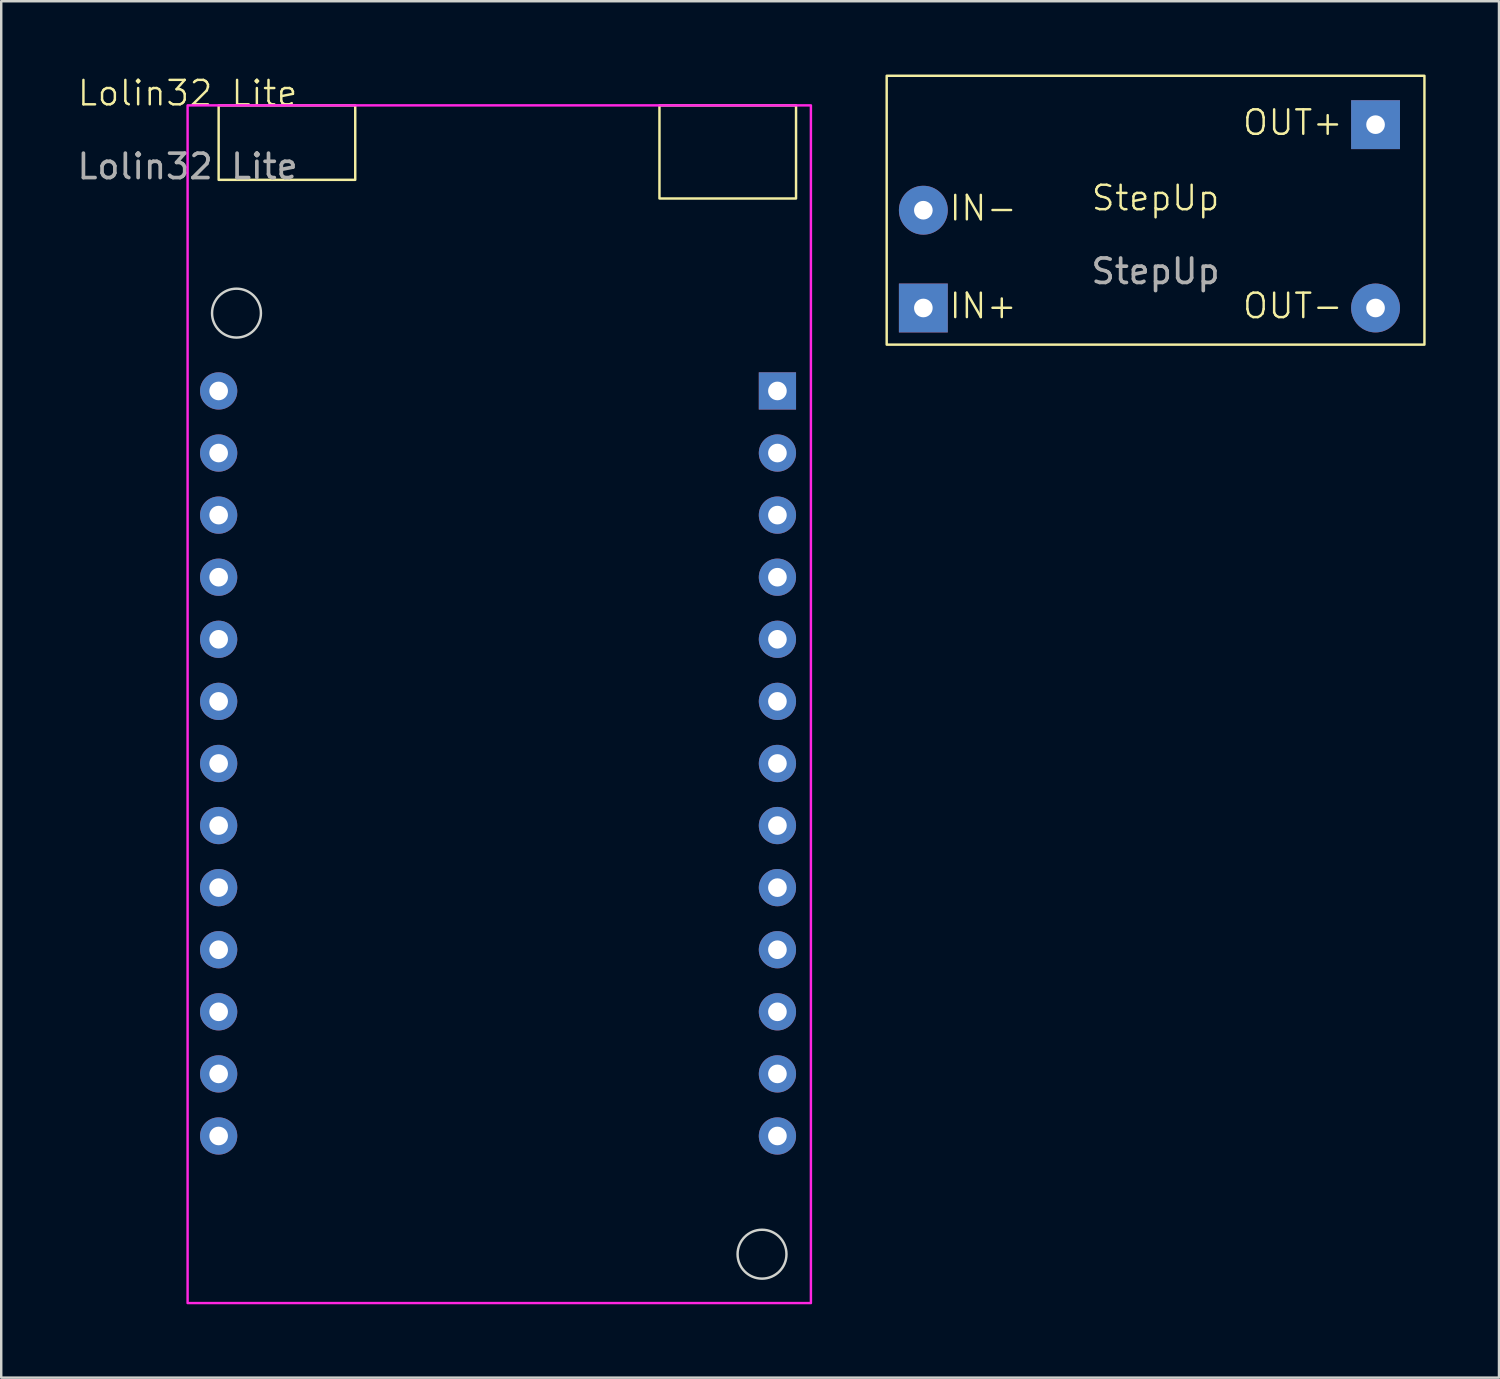
<source format=kicad_pcb>
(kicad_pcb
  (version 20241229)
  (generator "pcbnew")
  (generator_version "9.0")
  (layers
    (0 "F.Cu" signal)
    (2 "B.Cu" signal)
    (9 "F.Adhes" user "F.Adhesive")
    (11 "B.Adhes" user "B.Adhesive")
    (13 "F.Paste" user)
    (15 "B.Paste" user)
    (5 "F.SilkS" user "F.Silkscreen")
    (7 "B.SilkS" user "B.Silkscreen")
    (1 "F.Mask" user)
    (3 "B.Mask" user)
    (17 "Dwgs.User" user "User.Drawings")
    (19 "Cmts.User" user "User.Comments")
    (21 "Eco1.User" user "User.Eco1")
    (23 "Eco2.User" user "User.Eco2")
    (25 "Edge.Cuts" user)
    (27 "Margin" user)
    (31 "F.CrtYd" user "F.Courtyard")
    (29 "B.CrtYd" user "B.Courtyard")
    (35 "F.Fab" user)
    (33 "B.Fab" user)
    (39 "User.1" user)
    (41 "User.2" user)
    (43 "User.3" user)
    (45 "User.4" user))
  (footprint "Lolin32 Lite"
    (layer "F.Cu")
    (at 4.625 1.26)
    (property "Reference" "Lolin32 Lite" (at 0 -0.5 0) (unlocked yes) (layer "F.SilkS") (effects (font (size 1 1) (thickness 0.1))))
    (attr through_hole)
    (fp_rect (start 1.27 0) (end 6.858 3.048) (stroke (width 0.1) (type default)) (fill no) (layer "F.SilkS"))
    (fp_rect (start 19.304 0) (end 24.892 3.81) (stroke (width 0.1) (type default)) (fill no) (layer "F.SilkS"))
    (fp_circle (center 2 8.5) (end 3 8.5) (stroke (width 0.1) (type default)) (fill no) (layer "Edge.Cuts"))
    (fp_circle (center 23.5 47) (end 24.5 47) (stroke (width 0.1) (type default)) (fill no) (layer "Edge.Cuts"))
    (fp_rect (start 0 0) (end 25.5 49) (stroke (width 0.1) (type default)) (fill no) (layer "F.CrtYd"))
    (fp_text user "${REFERENCE}" (at 0 2.5 0) (unlocked yes) (layer "F.Fab") (effects (font (size 1 1) (thickness 0.15))))
    (pad "0" thru_hole circle (at 1.27 19.304) (size 1.524 1.524) (drill 0.762) (layers "*.Cu" "*.Mask"))
    (pad "2" thru_hole circle (at 1.27 16.764) (size 1.524 1.524) (drill 0.762) (layers "*.Cu" "*.Mask"))
    (pad "3V" thru_hole circle (at 1.27 42.164) (size 1.524 1.524) (drill 0.762) (layers "*.Cu" "*.Mask"))
    (pad "4" thru_hole circle (at 1.27 21.844) (size 1.524 1.524) (drill 0.762) (layers "*.Cu" "*.Mask"))
    (pad "5" thru_hole circle (at 1.27 29.464) (size 1.524 1.524) (drill 0.762) (layers "*.Cu" "*.Mask"))
    (pad "12" thru_hole circle (at 24.13 14.224) (size 1.524 1.524) (drill 0.762) (layers "*.Cu" "*.Mask"))
    (pad "13" thru_hole circle (at 1.27 11.684) (size 1.524 1.524) (drill 0.762) (layers "*.Cu" "*.Mask"))
    (pad "14" thru_hole circle (at 24.13 16.764) (size 1.524 1.524) (drill 0.762) (layers "*.Cu" "*.Mask"))
    (pad "15" thru_hole circle (at 1.27 14.224) (size 1.524 1.524) (drill 0.762) (layers "*.Cu" "*.Mask"))
    (pad "16" thru_hole circle (at 1.27 24.384) (size 1.524 1.524) (drill 0.762) (layers "*.Cu" "*.Mask"))
    (pad "17" thru_hole circle (at 1.27 26.924) (size 1.524 1.524) (drill 0.762) (layers "*.Cu" "*.Mask"))
    (pad "18" thru_hole circle (at 1.27 32.004) (size 1.524 1.524) (drill 0.762) (layers "*.Cu" "*.Mask"))
    (pad "19" thru_hole circle (at 1.27 37.084) (size 1.524 1.524) (drill 0.762) (layers "*.Cu" "*.Mask"))
    (pad "22" thru_hole circle (at 1.27 39.624) (size 1.524 1.524) (drill 0.762) (layers "*.Cu" "*.Mask"))
    (pad "23" thru_hole circle (at 1.27 34.544) (size 1.524 1.524) (drill 0.762) (layers "*.Cu" "*.Mask"))
    (pad "25" thru_hole circle (at 24.13 24.384) (size 1.524 1.524) (drill 0.762) (layers "*.Cu" "*.Mask"))
    (pad "26" thru_hole circle (at 24.13 21.844) (size 1.524 1.524) (drill 0.762) (layers "*.Cu" "*.Mask"))
    (pad "27" thru_hole circle (at 24.13 19.304) (size 1.524 1.524) (drill 0.762) (layers "*.Cu" "*.Mask"))
    (pad "32" thru_hole circle (at 24.13 29.464) (size 1.524 1.524) (drill 0.762) (layers "*.Cu" "*.Mask"))
    (pad "33" thru_hole circle (at 24.13 26.924) (size 1.524 1.524) (drill 0.762) (layers "*.Cu" "*.Mask"))
    (pad "34" thru_hole circle (at 24.13 34.544) (size 1.524 1.524) (drill 0.762) (layers "*.Cu" "*.Mask"))
    (pad "35" thru_hole circle (at 24.13 32.004) (size 1.524 1.524) (drill 0.762) (layers "*.Cu" "*.Mask"))
    (pad "EN" thru_hole circle (at 24.13 37.084) (size 1.524 1.524) (drill 0.762) (layers "*.Cu" "*.Mask"))
    (pad "GND" thru_hole rect (at 24.13 11.684) (size 1.524 1.524) (drill 0.762) (layers "*.Cu" "*.Mask"))
    (pad "VN" thru_hole circle (at 24.13 39.624) (size 1.524 1.524) (drill 0.762) (layers "*.Cu" "*.Mask"))
    (pad "VP" thru_hole circle (at 24.13 42.164) (size 1.524 1.524) (drill 0.762) (layers "*.Cu" "*.Mask")))
  (footprint "StepUp"
    (layer "F.Cu")
    (at 44.225 5.55)
    (property "Reference" "StepUp" (at 0 -0.5 0) (unlocked yes) (layer "F.SilkS") (effects (font (size 1 1) (thickness 0.1))))
    (attr through_hole)
    (fp_rect (start -11 -5.5) (end 11 5.5) (stroke (width 0.1) (type default)) (fill no) (layer "F.SilkS"))
    (fp_text user "IN-" (at -8.5 0.5 0) (unlocked yes) (layer "F.SilkS") (effects (font (size 1 1) (thickness 0.1)) (justify left bottom)))
    (fp_text user "OUT+" (at 3.5 -3 0) (unlocked yes) (layer "F.SilkS") (effects (font (size 1 1) (thickness 0.1)) (justify left bottom)))
    (fp_text user "IN+" (at -8.5 4.5 0) (unlocked yes) (layer "F.SilkS") (effects (font (size 1 1) (thickness 0.1)) (justify left bottom)))
    (fp_text user "OUT-" (at 3.5 4.5 0) (unlocked yes) (layer "F.SilkS") (effects (font (size 1 1) (thickness 0.1)) (justify left bottom)))
    (fp_text user "${REFERENCE}" (at 0 2.5 0) (unlocked yes) (layer "F.Fab") (effects (font (size 1 1) (thickness 0.15))))
    (pad "1" thru_hole circle (at -9.5 0) (size 2 2) (drill 0.762) (layers "*.Cu" "*.Mask"))
    (pad "2" thru_hole rect (at -9.5 4) (size 2 2) (drill 0.762) (layers "*.Cu" "*.Mask"))
    (pad "3" thru_hole rect (at 9 -3.5) (size 2 2) (drill 0.762) (layers "*.Cu" "*.Mask"))
    (pad "4" thru_hole circle (at 9 4) (size 2 2) (drill 0.762) (layers "*.Cu" "*.Mask")))
  (gr_rect
    (start -3 -3)
    (end 58.275 53.31)
    (stroke (width 0.1) (type default))
    (fill no)
    (layer "Edge.Cuts")))
</source>
